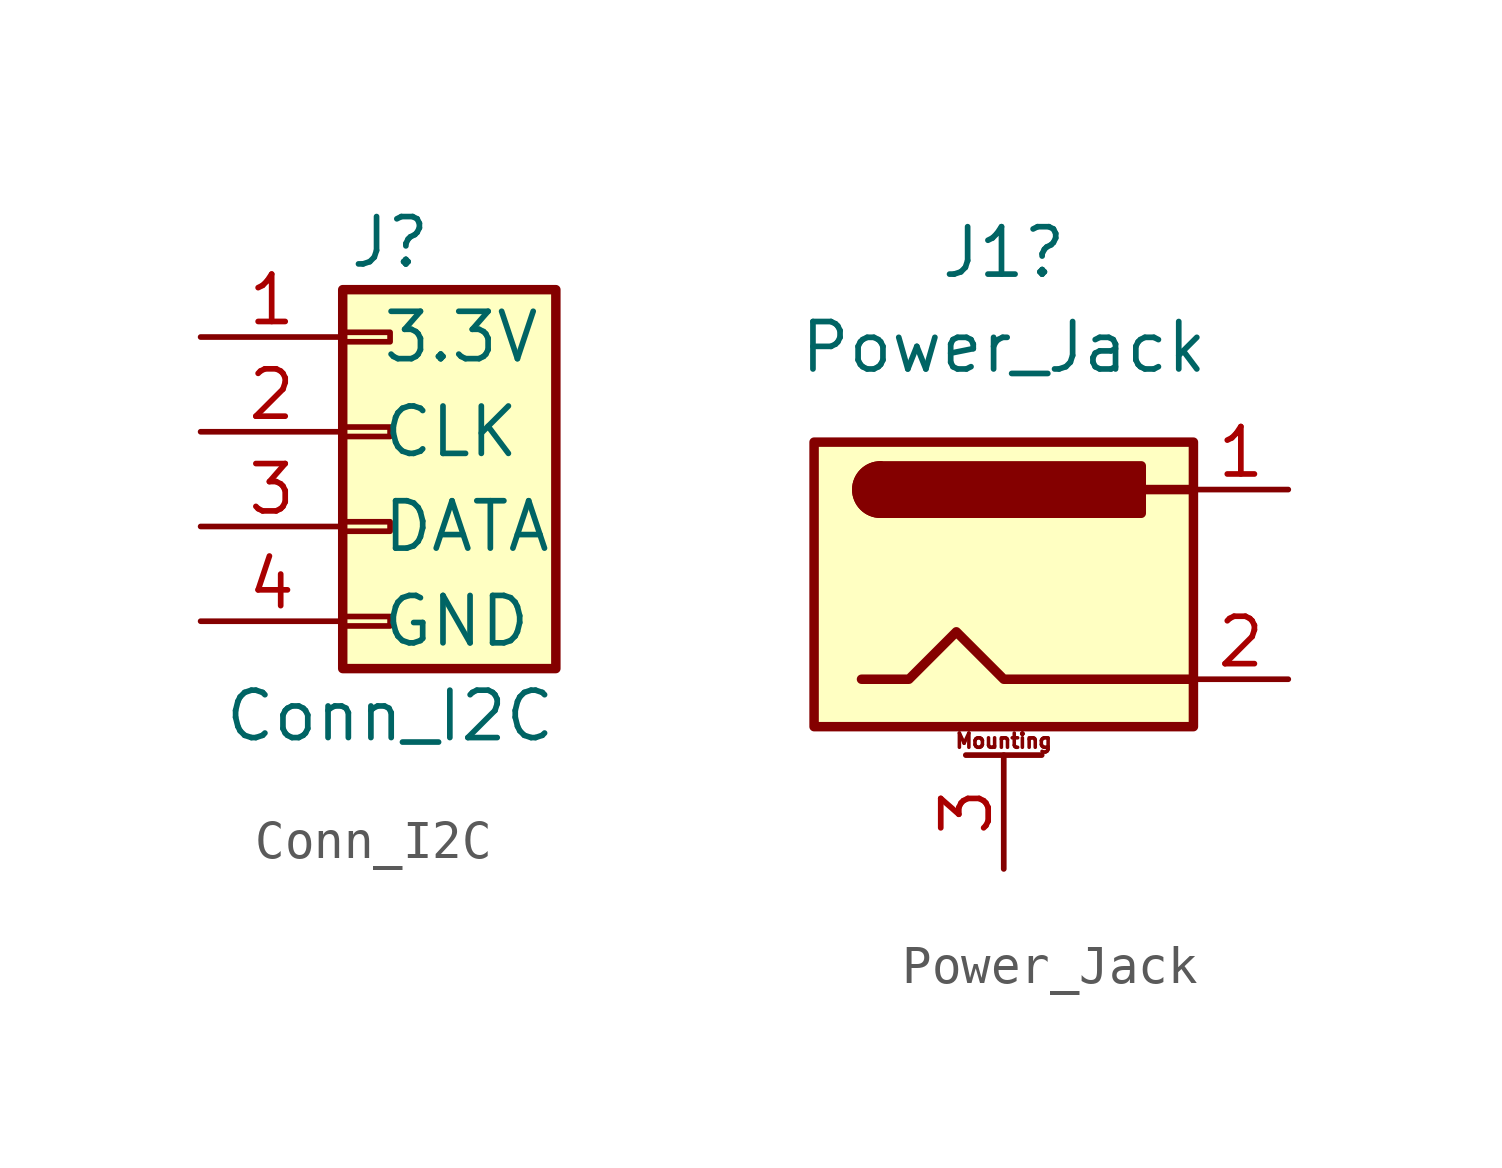
<source format=kicad_sym>
(kicad_symbol_lib
  (version 20231120)
  (generator "kicad_symbol_editor")
  (generator_version "8.0")
  (symbol "Conn_I2C"
    (pin_names
      (offset 1.016))
    (property "Reference" "J"
      (at 0 5.08 0)
      (effects (font (size 1.27 1.27))))
    (property "Value" "Conn_I2C"
      (at 0 -7.62 0)
      (effects (font (size 1.27 1.27))))
    (symbol "Conn_I2C_1_1"
      (rectangle (start -1.27 -4.953) (end 0 -5.207) (stroke (width 0.152) (type default)) (fill (type none)))
      (rectangle (start -1.27 -2.413) (end 0 -2.667) (stroke (width 0.152) (type default)) (fill (type none)))
      (rectangle (start -1.27 0.127) (end 0 -0.127) (stroke (width 0.152) (type default)) (fill (type none)))
      (rectangle (start -1.27 2.667) (end 0 2.413) (stroke (width 0.152) (type default)) (fill (type none)))
      (rectangle (start -1.27 3.81) (end 4.445 -6.35) (stroke (width 0.254) (type default)) (fill (type background)))
      (pin power_in line (at -5.08 2.54 0) (length 3.81) (name "3.3V" (effects (font (size 1.27 1.27)))) (number "1" (effects (font (size 1.27 1.27)))))
      (pin open_collector line (at -5.08 0 0) (length 3.81) (name "CLK" (effects (font (size 1.27 1.27)))) (number "2" (effects (font (size 1.27 1.27)))))
      (pin open_collector line (at -5.08 -2.54 0) (length 3.81) (name "DATA" (effects (font (size 1.27 1.27)))) (number "3" (effects (font (size 1.27 1.27)))))
      (pin power_in line (at -5.08 -5.08 0) (length 3.81) (name "GND" (effects (font (size 1.27 1.27)))) (number "4" (effects (font (size 1.27 1.27)))))))
  (symbol "Power_Jack"
    (pin_names hide)
    (property "Reference" "J1"
      (at 0 8.89 0)
      (effects (font (size 1.27 1.27))))
    (property "Value" "Power_Jack"
      (at 0 6.35 0)
      (effects (font (size 1.27 1.27))))
    (symbol "Power_Jack_0_1"
      (rectangle (start -5.08 3.81) (end 5.08 -3.81) (stroke (width 0.254) (type default)) (fill (type background)))
      (arc (start -3.302 3.175) (mid -3.9343 2.54) (end -3.302 1.905) (stroke (width 0.254) (type default)) (fill (type none)))
      (arc (start -3.302 3.175) (mid -3.9343 2.54) (end -3.302 1.905) (stroke (width 0.254) (type default)) (fill (type outline)))
      (polyline (pts (xy 5.08 2.54) (xy 3.81 2.54)) (stroke (width 0.254) (type default)) (fill (type none)))
      (polyline (pts (xy -3.81 -2.54) (xy -2.54 -2.54) (xy -1.27 -1.27) (xy 0 -2.54) (xy 2.54 -2.54) (xy 5.08 -2.54)) (stroke (width 0.254) (type default)) (fill (type none)))
      (rectangle (start 3.683 3.175) (end -3.302 1.905) (stroke (width 0.254) (type default)) (fill (type outline))))
    (symbol "Power_Jack_1_1"
      (polyline (pts (xy -1.016 -4.572) (xy 1.016 -4.572)) (stroke (width 0.152) (type default)) (fill (type none)))
      (text "Mounting" (at 0 -4.191 0) (effects (font (size 0.381 0.381))))
      (pin power_out line (at 7.62 2.54 180) (length 2.54) (name "~" (effects (font (size 1.27 1.27)))) (number "1" (effects (font (size 1.27 1.27)))))
      (pin power_out line (at 7.62 -2.54 180) (length 2.54) (name "~" (effects (font (size 1.27 1.27)))) (number "2" (effects (font (size 1.27 1.27)))))
      (pin free line (at 0 -7.62 90) (length 3.048) (name "MP" (effects (font (size 1.27 1.27)))) (number "3" (effects (font (size 1.27 1.27))))))))
</source>
